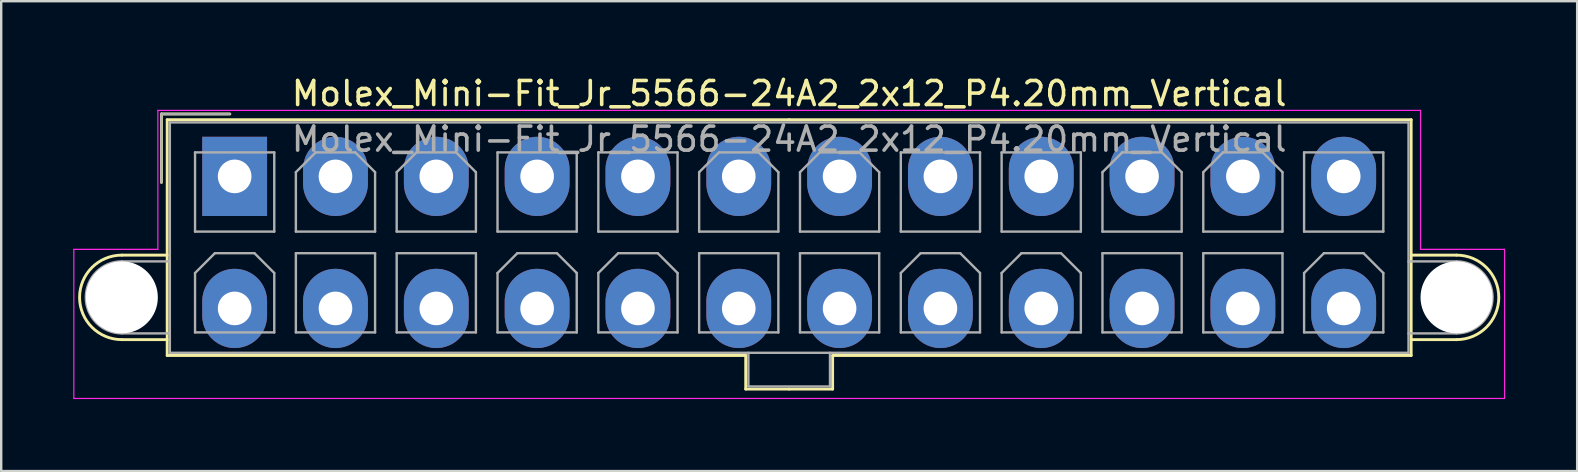
<source format=kicad_pcb>
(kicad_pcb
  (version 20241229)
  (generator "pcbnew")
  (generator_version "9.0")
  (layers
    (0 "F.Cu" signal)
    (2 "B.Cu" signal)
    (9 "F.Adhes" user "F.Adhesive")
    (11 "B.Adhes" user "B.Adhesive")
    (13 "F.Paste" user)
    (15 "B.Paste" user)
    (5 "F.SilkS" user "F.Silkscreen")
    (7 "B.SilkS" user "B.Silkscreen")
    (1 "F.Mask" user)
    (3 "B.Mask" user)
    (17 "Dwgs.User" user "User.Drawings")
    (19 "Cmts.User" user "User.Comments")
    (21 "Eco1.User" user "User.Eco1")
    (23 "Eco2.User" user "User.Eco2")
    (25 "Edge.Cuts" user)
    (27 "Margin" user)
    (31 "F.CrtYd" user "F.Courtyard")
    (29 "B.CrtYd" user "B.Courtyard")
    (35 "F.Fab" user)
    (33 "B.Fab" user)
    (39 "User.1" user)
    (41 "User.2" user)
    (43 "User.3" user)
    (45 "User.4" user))
  (footprint "Molex_Mini-Fit_Jr_5566-24A2_2x12_P4.20mm_Vertical"
    (layer "F.Cu")
    (at 6.725 4.298)
    (property "Reference" "Molex_Mini-Fit_Jr_5566-24A2_2x12_P4.20mm_Vertical" (at 23.1 -3.45 0) (layer "F.SilkS") (effects (font (size 1 1) (thickness 0.15))))
    (attr through_hole)
    (fp_line (start -4.7 3.28) (end -2.81 3.28) (stroke (width 0.12) (type solid)) (layer "F.SilkS"))
    (fp_line (start -4.7 6.8) (end -2.81 6.8) (stroke (width 0.12) (type solid)) (layer "F.SilkS"))
    (fp_line (start -3.05 -2.6) (end -3.05 0.25) (stroke (width 0.12) (type solid)) (layer "F.SilkS"))
    (fp_line (start -2.81 -2.36) (end -2.81 7.46) (stroke (width 0.12) (type solid)) (layer "F.SilkS"))
    (fp_line (start -2.81 7.46) (end 21.29 7.46) (stroke (width 0.12) (type solid)) (layer "F.SilkS"))
    (fp_line (start -0.2 -2.6) (end -3.05 -2.6) (stroke (width 0.12) (type solid)) (layer "F.SilkS"))
    (fp_line (start 21.29 7.46) (end 21.29 8.86) (stroke (width 0.12) (type solid)) (layer "F.SilkS"))
    (fp_line (start 21.29 8.86) (end 23.1 8.86) (stroke (width 0.12) (type solid)) (layer "F.SilkS"))
    (fp_line (start 23.1 -2.36) (end -2.81 -2.36) (stroke (width 0.12) (type solid)) (layer "F.SilkS"))
    (fp_line (start 23.1 -2.36) (end 49.01 -2.36) (stroke (width 0.12) (type solid)) (layer "F.SilkS"))
    (fp_line (start 24.91 7.46) (end 24.91 8.86) (stroke (width 0.12) (type solid)) (layer "F.SilkS"))
    (fp_line (start 24.91 8.86) (end 23.1 8.86) (stroke (width 0.12) (type solid)) (layer "F.SilkS"))
    (fp_line (start 49.01 -2.36) (end 49.01 7.46) (stroke (width 0.12) (type solid)) (layer "F.SilkS"))
    (fp_line (start 49.01 7.46) (end 24.91 7.46) (stroke (width 0.12) (type solid)) (layer "F.SilkS"))
    (fp_line (start 50.9 3.28) (end 49.01 3.28) (stroke (width 0.12) (type solid)) (layer "F.SilkS"))
    (fp_line (start 50.9 6.8) (end 49.01 6.8) (stroke (width 0.12) (type solid)) (layer "F.SilkS"))
    (fp_arc (start -4.7 6.8) (mid -6.46 5.04) (end -4.7 3.28) (stroke (width 0.12) (type solid)) (layer "F.SilkS"))
    (fp_arc (start 50.9 3.28) (mid 52.66 5.04) (end 50.9 6.8) (stroke (width 0.12) (type solid)) (layer "F.SilkS"))
    (fp_line (start -6.7 3.04) (end -6.7 9.25) (stroke (width 0.05) (type solid)) (layer "F.CrtYd"))
    (fp_line (start -6.7 9.25) (end 52.9 9.25) (stroke (width 0.05) (type solid)) (layer "F.CrtYd"))
    (fp_line (start -3.2 -2.75) (end -3.2 3.04) (stroke (width 0.05) (type solid)) (layer "F.CrtYd"))
    (fp_line (start -3.2 3.04) (end -6.7 3.04) (stroke (width 0.05) (type solid)) (layer "F.CrtYd"))
    (fp_line (start 49.4 -2.75) (end -3.2 -2.75) (stroke (width 0.05) (type solid)) (layer "F.CrtYd"))
    (fp_line (start 49.4 3.04) (end 49.4 -2.75) (stroke (width 0.05) (type solid)) (layer "F.CrtYd"))
    (fp_line (start 52.9 3.04) (end 49.4 3.04) (stroke (width 0.05) (type solid)) (layer "F.CrtYd"))
    (fp_line (start 52.9 9.25) (end 52.9 3.04) (stroke (width 0.05) (type solid)) (layer "F.CrtYd"))
    (fp_line (start -4.7 3.54) (end -2.7 3.54) (stroke (width 0.1) (type solid)) (layer "F.Fab"))
    (fp_line (start -4.7 6.54) (end -2.7 6.54) (stroke (width 0.1) (type solid)) (layer "F.Fab"))
    (fp_line (start -3.05 -2.6) (end -3.05 0.25) (stroke (width 0.1) (type solid)) (layer "F.Fab"))
    (fp_line (start -2.7 -2.25) (end -2.7 7.35) (stroke (width 0.1) (type solid)) (layer "F.Fab"))
    (fp_line (start -2.7 7.35) (end 48.9 7.35) (stroke (width 0.1) (type solid)) (layer "F.Fab"))
    (fp_line (start -1.65 -1) (end -1.65 2.3) (stroke (width 0.1) (type solid)) (layer "F.Fab"))
    (fp_line (start -1.65 2.3) (end 1.65 2.3) (stroke (width 0.1) (type solid)) (layer "F.Fab"))
    (fp_line (start -1.65 4.025) (end -0.825 3.2) (stroke (width 0.1) (type solid)) (layer "F.Fab"))
    (fp_line (start -1.65 6.5) (end -1.65 4.025) (stroke (width 0.1) (type solid)) (layer "F.Fab"))
    (fp_line (start -0.825 3.2) (end 0.825 3.2) (stroke (width 0.1) (type solid)) (layer "F.Fab"))
    (fp_line (start -0.2 -2.6) (end -3.05 -2.6) (stroke (width 0.1) (type solid)) (layer "F.Fab"))
    (fp_line (start 0.825 3.2) (end 1.65 4.025) (stroke (width 0.1) (type solid)) (layer "F.Fab"))
    (fp_line (start 1.65 -1) (end -1.65 -1) (stroke (width 0.1) (type solid)) (layer "F.Fab"))
    (fp_line (start 1.65 2.3) (end 1.65 -1) (stroke (width 0.1) (type solid)) (layer "F.Fab"))
    (fp_line (start 1.65 4.025) (end 1.65 6.5) (stroke (width 0.1) (type solid)) (layer "F.Fab"))
    (fp_line (start 1.65 6.5) (end -1.65 6.5) (stroke (width 0.1) (type solid)) (layer "F.Fab"))
    (fp_line (start 2.55 -0.175) (end 3.375 -1) (stroke (width 0.1) (type solid)) (layer "F.Fab"))
    (fp_line (start 2.55 2.3) (end 2.55 -0.175) (stroke (width 0.1) (type solid)) (layer "F.Fab"))
    (fp_line (start 2.55 3.2) (end 2.55 6.5) (stroke (width 0.1) (type solid)) (layer "F.Fab"))
    (fp_line (start 2.55 6.5) (end 5.85 6.5) (stroke (width 0.1) (type solid)) (layer "F.Fab"))
    (fp_line (start 3.375 -1) (end 5.025 -1) (stroke (width 0.1) (type solid)) (layer "F.Fab"))
    (fp_line (start 5.025 -1) (end 5.85 -0.175) (stroke (width 0.1) (type solid)) (layer "F.Fab"))
    (fp_line (start 5.85 -0.175) (end 5.85 2.3) (stroke (width 0.1) (type solid)) (layer "F.Fab"))
    (fp_line (start 5.85 2.3) (end 2.55 2.3) (stroke (width 0.1) (type solid)) (layer "F.Fab"))
    (fp_line (start 5.85 3.2) (end 2.55 3.2) (stroke (width 0.1) (type solid)) (layer "F.Fab"))
    (fp_line (start 5.85 6.5) (end 5.85 3.2) (stroke (width 0.1) (type solid)) (layer "F.Fab"))
    (fp_line (start 6.75 -0.175) (end 7.575 -1) (stroke (width 0.1) (type solid)) (layer "F.Fab"))
    (fp_line (start 6.75 2.3) (end 6.75 -0.175) (stroke (width 0.1) (type solid)) (layer "F.Fab"))
    (fp_line (start 6.75 3.2) (end 6.75 6.5) (stroke (width 0.1) (type solid)) (layer "F.Fab"))
    (fp_line (start 6.75 6.5) (end 10.05 6.5) (stroke (width 0.1) (type solid)) (layer "F.Fab"))
    (fp_line (start 7.575 -1) (end 9.225 -1) (stroke (width 0.1) (type solid)) (layer "F.Fab"))
    (fp_line (start 9.225 -1) (end 10.05 -0.175) (stroke (width 0.1) (type solid)) (layer "F.Fab"))
    (fp_line (start 10.05 -0.175) (end 10.05 2.3) (stroke (width 0.1) (type solid)) (layer "F.Fab"))
    (fp_line (start 10.05 2.3) (end 6.75 2.3) (stroke (width 0.1) (type solid)) (layer "F.Fab"))
    (fp_line (start 10.05 3.2) (end 6.75 3.2) (stroke (width 0.1) (type solid)) (layer "F.Fab"))
    (fp_line (start 10.05 6.5) (end 10.05 3.2) (stroke (width 0.1) (type solid)) (layer "F.Fab"))
    (fp_line (start 10.95 -1) (end 10.95 2.3) (stroke (width 0.1) (type solid)) (layer "F.Fab"))
    (fp_line (start 10.95 2.3) (end 14.25 2.3) (stroke (width 0.1) (type solid)) (layer "F.Fab"))
    (fp_line (start 10.95 4.025) (end 11.775 3.2) (stroke (width 0.1) (type solid)) (layer "F.Fab"))
    (fp_line (start 10.95 6.5) (end 10.95 4.025) (stroke (width 0.1) (type solid)) (layer "F.Fab"))
    (fp_line (start 11.775 3.2) (end 13.425 3.2) (stroke (width 0.1) (type solid)) (layer "F.Fab"))
    (fp_line (start 13.425 3.2) (end 14.25 4.025) (stroke (width 0.1) (type solid)) (layer "F.Fab"))
    (fp_line (start 14.25 -1) (end 10.95 -1) (stroke (width 0.1) (type solid)) (layer "F.Fab"))
    (fp_line (start 14.25 2.3) (end 14.25 -1) (stroke (width 0.1) (type solid)) (layer "F.Fab"))
    (fp_line (start 14.25 4.025) (end 14.25 6.5) (stroke (width 0.1) (type solid)) (layer "F.Fab"))
    (fp_line (start 14.25 6.5) (end 10.95 6.5) (stroke (width 0.1) (type solid)) (layer "F.Fab"))
    (fp_line (start 15.15 -1) (end 15.15 2.3) (stroke (width 0.1) (type solid)) (layer "F.Fab"))
    (fp_line (start 15.15 2.3) (end 18.45 2.3) (stroke (width 0.1) (type solid)) (layer "F.Fab"))
    (fp_line (start 15.15 4.025) (end 15.975 3.2) (stroke (width 0.1) (type solid)) (layer "F.Fab"))
    (fp_line (start 15.15 6.5) (end 15.15 4.025) (stroke (width 0.1) (type solid)) (layer "F.Fab"))
    (fp_line (start 15.975 3.2) (end 17.625 3.2) (stroke (width 0.1) (type solid)) (layer "F.Fab"))
    (fp_line (start 17.625 3.2) (end 18.45 4.025) (stroke (width 0.1) (type solid)) (layer "F.Fab"))
    (fp_line (start 18.45 -1) (end 15.15 -1) (stroke (width 0.1) (type solid)) (layer "F.Fab"))
    (fp_line (start 18.45 2.3) (end 18.45 -1) (stroke (width 0.1) (type solid)) (layer "F.Fab"))
    (fp_line (start 18.45 4.025) (end 18.45 6.5) (stroke (width 0.1) (type solid)) (layer "F.Fab"))
    (fp_line (start 18.45 6.5) (end 15.15 6.5) (stroke (width 0.1) (type solid)) (layer "F.Fab"))
    (fp_line (start 19.35 -0.175) (end 20.175 -1) (stroke (width 0.1) (type solid)) (layer "F.Fab"))
    (fp_line (start 19.35 2.3) (end 19.35 -0.175) (stroke (width 0.1) (type solid)) (layer "F.Fab"))
    (fp_line (start 19.35 3.2) (end 19.35 6.5) (stroke (width 0.1) (type solid)) (layer "F.Fab"))
    (fp_line (start 19.35 6.5) (end 22.65 6.5) (stroke (width 0.1) (type solid)) (layer "F.Fab"))
    (fp_line (start 20.175 -1) (end 21.825 -1) (stroke (width 0.1) (type solid)) (layer "F.Fab"))
    (fp_line (start 21.4 7.35) (end 21.4 8.75) (stroke (width 0.1) (type solid)) (layer "F.Fab"))
    (fp_line (start 21.4 8.75) (end 24.8 8.75) (stroke (width 0.1) (type solid)) (layer "F.Fab"))
    (fp_line (start 21.825 -1) (end 22.65 -0.175) (stroke (width 0.1) (type solid)) (layer "F.Fab"))
    (fp_line (start 22.65 -0.175) (end 22.65 2.3) (stroke (width 0.1) (type solid)) (layer "F.Fab"))
    (fp_line (start 22.65 2.3) (end 19.35 2.3) (stroke (width 0.1) (type solid)) (layer "F.Fab"))
    (fp_line (start 22.65 3.2) (end 19.35 3.2) (stroke (width 0.1) (type solid)) (layer "F.Fab"))
    (fp_line (start 22.65 6.5) (end 22.65 3.2) (stroke (width 0.1) (type solid)) (layer "F.Fab"))
    (fp_line (start 23.55 -0.175) (end 24.375 -1) (stroke (width 0.1) (type solid)) (layer "F.Fab"))
    (fp_line (start 23.55 2.3) (end 23.55 -0.175) (stroke (width 0.1) (type solid)) (layer "F.Fab"))
    (fp_line (start 23.55 3.2) (end 23.55 6.5) (stroke (width 0.1) (type solid)) (layer "F.Fab"))
    (fp_line (start 23.55 6.5) (end 26.85 6.5) (stroke (width 0.1) (type solid)) (layer "F.Fab"))
    (fp_line (start 24.375 -1) (end 26.025 -1) (stroke (width 0.1) (type solid)) (layer "F.Fab"))
    (fp_line (start 24.8 8.75) (end 24.8 7.35) (stroke (width 0.1) (type solid)) (layer "F.Fab"))
    (fp_line (start 26.025 -1) (end 26.85 -0.175) (stroke (width 0.1) (type solid)) (layer "F.Fab"))
    (fp_line (start 26.85 -0.175) (end 26.85 2.3) (stroke (width 0.1) (type solid)) (layer "F.Fab"))
    (fp_line (start 26.85 2.3) (end 23.55 2.3) (stroke (width 0.1) (type solid)) (layer "F.Fab"))
    (fp_line (start 26.85 3.2) (end 23.55 3.2) (stroke (width 0.1) (type solid)) (layer "F.Fab"))
    (fp_line (start 26.85 6.5) (end 26.85 3.2) (stroke (width 0.1) (type solid)) (layer "F.Fab"))
    (fp_line (start 27.75 -1) (end 27.75 2.3) (stroke (width 0.1) (type solid)) (layer "F.Fab"))
    (fp_line (start 27.75 2.3) (end 31.05 2.3) (stroke (width 0.1) (type solid)) (layer "F.Fab"))
    (fp_line (start 27.75 4.025) (end 28.575 3.2) (stroke (width 0.1) (type solid)) (layer "F.Fab"))
    (fp_line (start 27.75 6.5) (end 27.75 4.025) (stroke (width 0.1) (type solid)) (layer "F.Fab"))
    (fp_line (start 28.575 3.2) (end 30.225 3.2) (stroke (width 0.1) (type solid)) (layer "F.Fab"))
    (fp_line (start 30.225 3.2) (end 31.05 4.025) (stroke (width 0.1) (type solid)) (layer "F.Fab"))
    (fp_line (start 31.05 -1) (end 27.75 -1) (stroke (width 0.1) (type solid)) (layer "F.Fab"))
    (fp_line (start 31.05 2.3) (end 31.05 -1) (stroke (width 0.1) (type solid)) (layer "F.Fab"))
    (fp_line (start 31.05 4.025) (end 31.05 6.5) (stroke (width 0.1) (type solid)) (layer "F.Fab"))
    (fp_line (start 31.05 6.5) (end 27.75 6.5) (stroke (width 0.1) (type solid)) (layer "F.Fab"))
    (fp_line (start 31.95 -1) (end 31.95 2.3) (stroke (width 0.1) (type solid)) (layer "F.Fab"))
    (fp_line (start 31.95 2.3) (end 35.25 2.3) (stroke (width 0.1) (type solid)) (layer "F.Fab"))
    (fp_line (start 31.95 4.025) (end 32.775 3.2) (stroke (width 0.1) (type solid)) (layer "F.Fab"))
    (fp_line (start 31.95 6.5) (end 31.95 4.025) (stroke (width 0.1) (type solid)) (layer "F.Fab"))
    (fp_line (start 32.775 3.2) (end 34.425 3.2) (stroke (width 0.1) (type solid)) (layer "F.Fab"))
    (fp_line (start 34.425 3.2) (end 35.25 4.025) (stroke (width 0.1) (type solid)) (layer "F.Fab"))
    (fp_line (start 35.25 -1) (end 31.95 -1) (stroke (width 0.1) (type solid)) (layer "F.Fab"))
    (fp_line (start 35.25 2.3) (end 35.25 -1) (stroke (width 0.1) (type solid)) (layer "F.Fab"))
    (fp_line (start 35.25 4.025) (end 35.25 6.5) (stroke (width 0.1) (type solid)) (layer "F.Fab"))
    (fp_line (start 35.25 6.5) (end 31.95 6.5) (stroke (width 0.1) (type solid)) (layer "F.Fab"))
    (fp_line (start 36.15 -0.175) (end 36.975 -1) (stroke (width 0.1) (type solid)) (layer "F.Fab"))
    (fp_line (start 36.15 2.3) (end 36.15 -0.175) (stroke (width 0.1) (type solid)) (layer "F.Fab"))
    (fp_line (start 36.15 3.2) (end 36.15 6.5) (stroke (width 0.1) (type solid)) (layer "F.Fab"))
    (fp_line (start 36.15 6.5) (end 39.45 6.5) (stroke (width 0.1) (type solid)) (layer "F.Fab"))
    (fp_line (start 36.975 -1) (end 38.625 -1) (stroke (width 0.1) (type solid)) (layer "F.Fab"))
    (fp_line (start 38.625 -1) (end 39.45 -0.175) (stroke (width 0.1) (type solid)) (layer "F.Fab"))
    (fp_line (start 39.45 -0.175) (end 39.45 2.3) (stroke (width 0.1) (type solid)) (layer "F.Fab"))
    (fp_line (start 39.45 2.3) (end 36.15 2.3) (stroke (width 0.1) (type solid)) (layer "F.Fab"))
    (fp_line (start 39.45 3.2) (end 36.15 3.2) (stroke (width 0.1) (type solid)) (layer "F.Fab"))
    (fp_line (start 39.45 6.5) (end 39.45 3.2) (stroke (width 0.1) (type solid)) (layer "F.Fab"))
    (fp_line (start 40.35 -0.175) (end 41.175 -1) (stroke (width 0.1) (type solid)) (layer "F.Fab"))
    (fp_line (start 40.35 2.3) (end 40.35 -0.175) (stroke (width 0.1) (type solid)) (layer "F.Fab"))
    (fp_line (start 40.35 3.2) (end 40.35 6.5) (stroke (width 0.1) (type solid)) (layer "F.Fab"))
    (fp_line (start 40.35 6.5) (end 43.65 6.5) (stroke (width 0.1) (type solid)) (layer "F.Fab"))
    (fp_line (start 41.175 -1) (end 42.825 -1) (stroke (width 0.1) (type solid)) (layer "F.Fab"))
    (fp_line (start 42.825 -1) (end 43.65 -0.175) (stroke (width 0.1) (type solid)) (layer "F.Fab"))
    (fp_line (start 43.65 -0.175) (end 43.65 2.3) (stroke (width 0.1) (type solid)) (layer "F.Fab"))
    (fp_line (start 43.65 2.3) (end 40.35 2.3) (stroke (width 0.1) (type solid)) (layer "F.Fab"))
    (fp_line (start 43.65 3.2) (end 40.35 3.2) (stroke (width 0.1) (type solid)) (layer "F.Fab"))
    (fp_line (start 43.65 6.5) (end 43.65 3.2) (stroke (width 0.1) (type solid)) (layer "F.Fab"))
    (fp_line (start 44.55 -1) (end 44.55 2.3) (stroke (width 0.1) (type solid)) (layer "F.Fab"))
    (fp_line (start 44.55 2.3) (end 47.85 2.3) (stroke (width 0.1) (type solid)) (layer "F.Fab"))
    (fp_line (start 44.55 4.025) (end 45.375 3.2) (stroke (width 0.1) (type solid)) (layer "F.Fab"))
    (fp_line (start 44.55 6.5) (end 44.55 4.025) (stroke (width 0.1) (type solid)) (layer "F.Fab"))
    (fp_line (start 45.375 3.2) (end 47.025 3.2) (stroke (width 0.1) (type solid)) (layer "F.Fab"))
    (fp_line (start 47.025 3.2) (end 47.85 4.025) (stroke (width 0.1) (type solid)) (layer "F.Fab"))
    (fp_line (start 47.85 -1) (end 44.55 -1) (stroke (width 0.1) (type solid)) (layer "F.Fab"))
    (fp_line (start 47.85 2.3) (end 47.85 -1) (stroke (width 0.1) (type solid)) (layer "F.Fab"))
    (fp_line (start 47.85 4.025) (end 47.85 6.5) (stroke (width 0.1) (type solid)) (layer "F.Fab"))
    (fp_line (start 47.85 6.5) (end 44.55 6.5) (stroke (width 0.1) (type solid)) (layer "F.Fab"))
    (fp_line (start 48.9 -2.25) (end -2.7 -2.25) (stroke (width 0.1) (type solid)) (layer "F.Fab"))
    (fp_line (start 48.9 7.35) (end 48.9 -2.25) (stroke (width 0.1) (type solid)) (layer "F.Fab"))
    (fp_line (start 50.9 3.54) (end 48.9 3.54) (stroke (width 0.1) (type solid)) (layer "F.Fab"))
    (fp_line (start 50.9 6.54) (end 48.9 6.54) (stroke (width 0.1) (type solid)) (layer "F.Fab"))
    (fp_arc (start -4.7 6.54) (mid -6.2 5.04) (end -4.7 3.54) (stroke (width 0.1) (type solid)) (layer "F.Fab"))
    (fp_arc (start 50.9 3.54) (mid 52.4 5.04) (end 50.9 6.54) (stroke (width 0.1) (type solid)) (layer "F.Fab"))
    (fp_text user "${REFERENCE}" (at 23.1 -1.55 0) (layer "F.Fab") (effects (font (size 1 1) (thickness 0.15))))
    (pad "" np_thru_hole circle (at -4.7 5.04) (size 3 3) (drill 3) (layers "*.Cu" "*.Mask"))
    (pad "" np_thru_hole circle (at 50.9 5.04) (size 3 3) (drill 3) (layers "*.Cu" "*.Mask"))
    (pad "1" thru_hole rect (at 0 0) (size 2.7 3.3) (drill 1.4) (layers "*.Cu" "*.Mask"))
    (pad "2" thru_hole oval (at 4.2 0) (size 2.7 3.3) (drill 1.4) (layers "*.Cu" "*.Mask"))
    (pad "3" thru_hole oval (at 8.4 0) (size 2.7 3.3) (drill 1.4) (layers "*.Cu" "*.Mask"))
    (pad "4" thru_hole oval (at 12.6 0) (size 2.7 3.3) (drill 1.4) (layers "*.Cu" "*.Mask"))
    (pad "5" thru_hole oval (at 16.8 0) (size 2.7 3.3) (drill 1.4) (layers "*.Cu" "*.Mask"))
    (pad "6" thru_hole oval (at 21 0) (size 2.7 3.3) (drill 1.4) (layers "*.Cu" "*.Mask"))
    (pad "7" thru_hole oval (at 25.2 0) (size 2.7 3.3) (drill 1.4) (layers "*.Cu" "*.Mask"))
    (pad "8" thru_hole oval (at 29.4 0) (size 2.7 3.3) (drill 1.4) (layers "*.Cu" "*.Mask"))
    (pad "9" thru_hole oval (at 33.6 0) (size 2.7 3.3) (drill 1.4) (layers "*.Cu" "*.Mask"))
    (pad "10" thru_hole oval (at 37.8 0) (size 2.7 3.3) (drill 1.4) (layers "*.Cu" "*.Mask"))
    (pad "11" thru_hole oval (at 42 0) (size 2.7 3.3) (drill 1.4) (layers "*.Cu" "*.Mask"))
    (pad "12" thru_hole oval (at 46.2 0) (size 2.7 3.3) (drill 1.4) (layers "*.Cu" "*.Mask"))
    (pad "13" thru_hole oval (at 0 5.5) (size 2.7 3.3) (drill 1.4) (layers "*.Cu" "*.Mask"))
    (pad "14" thru_hole oval (at 4.2 5.5) (size 2.7 3.3) (drill 1.4) (layers "*.Cu" "*.Mask"))
    (pad "15" thru_hole oval (at 8.4 5.5) (size 2.7 3.3) (drill 1.4) (layers "*.Cu" "*.Mask"))
    (pad "16" thru_hole oval (at 12.6 5.5) (size 2.7 3.3) (drill 1.4) (layers "*.Cu" "*.Mask"))
    (pad "17" thru_hole oval (at 16.8 5.5) (size 2.7 3.3) (drill 1.4) (layers "*.Cu" "*.Mask"))
    (pad "18" thru_hole oval (at 21 5.5) (size 2.7 3.3) (drill 1.4) (layers "*.Cu" "*.Mask"))
    (pad "19" thru_hole oval (at 25.2 5.5) (size 2.7 3.3) (drill 1.4) (layers "*.Cu" "*.Mask"))
    (pad "20" thru_hole oval (at 29.4 5.5) (size 2.7 3.3) (drill 1.4) (layers "*.Cu" "*.Mask"))
    (pad "21" thru_hole oval (at 33.6 5.5) (size 2.7 3.3) (drill 1.4) (layers "*.Cu" "*.Mask"))
    (pad "22" thru_hole oval (at 37.8 5.5) (size 2.7 3.3) (drill 1.4) (layers "*.Cu" "*.Mask"))
    (pad "23" thru_hole oval (at 42 5.5) (size 2.7 3.3) (drill 1.4) (layers "*.Cu" "*.Mask"))
    (pad "24" thru_hole oval (at 46.2 5.5) (size 2.7 3.3) (drill 1.4) (layers "*.Cu" "*.Mask")))
  (gr_rect
    (start -3 -3)
    (end 62.65 16.573)
    (stroke (width 0.1) (type default))
    (fill no)
    (layer "Edge.Cuts")))
</source>
